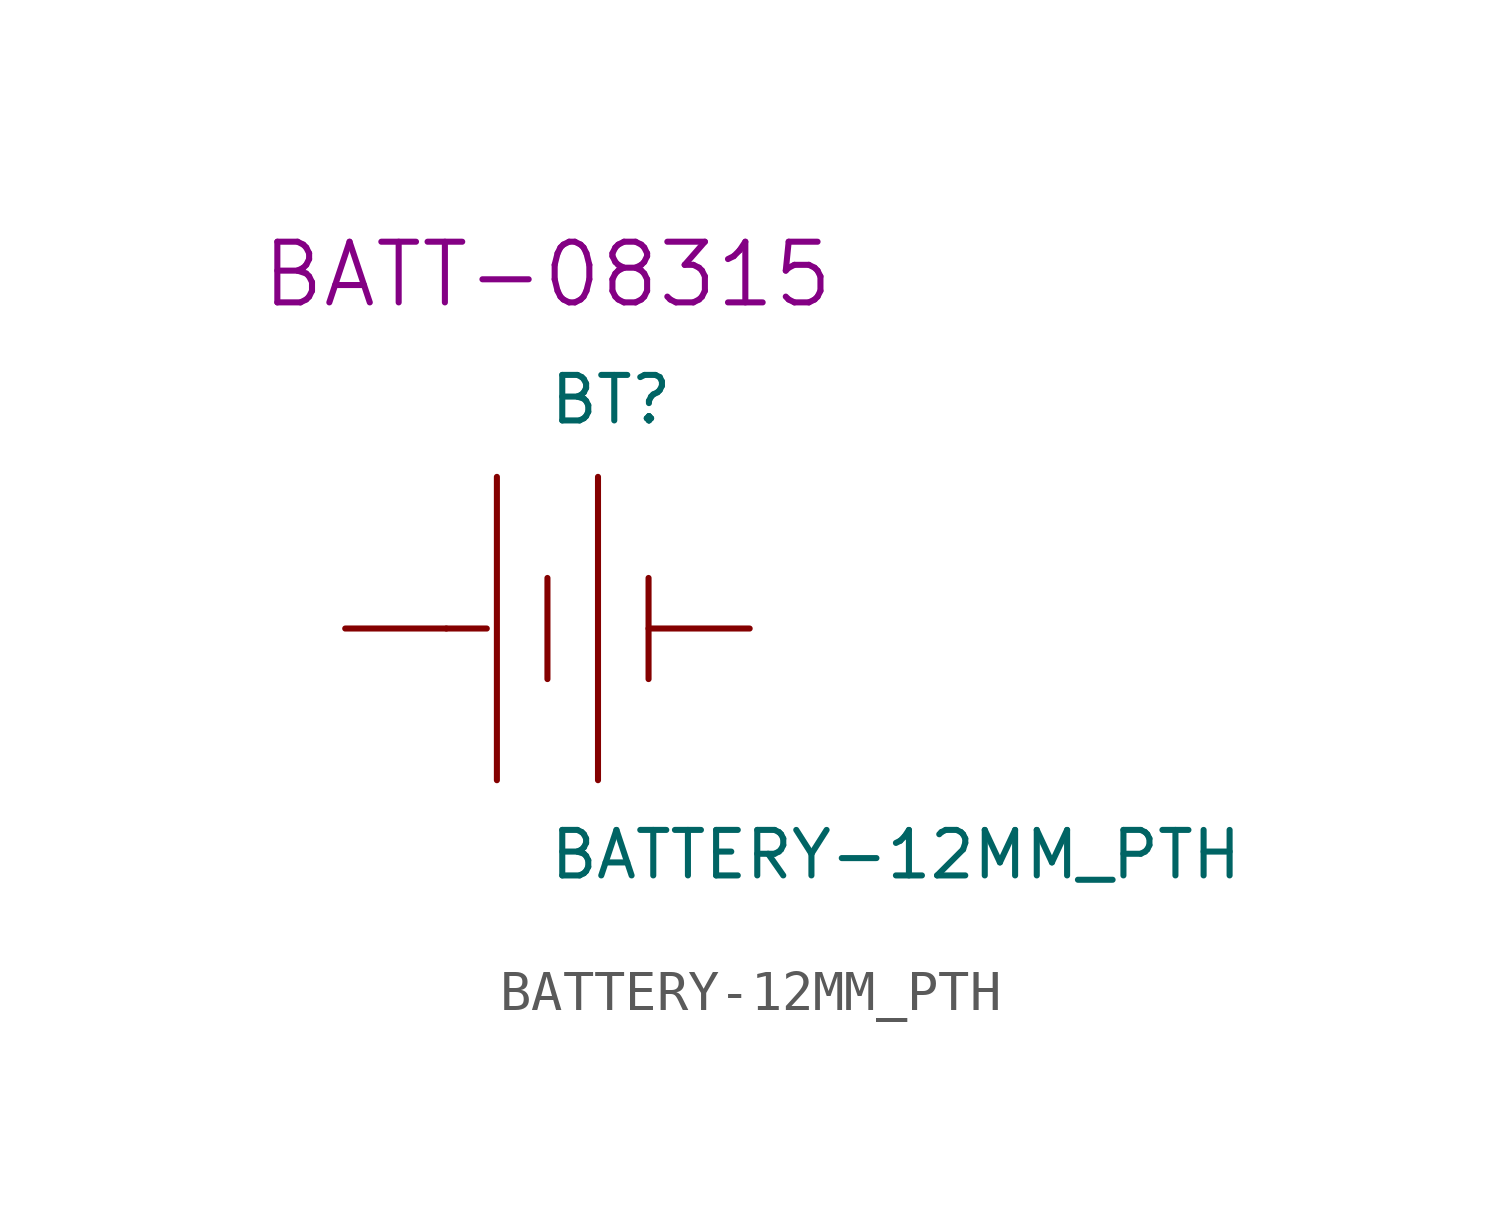
<source format=kicad_sym>
(kicad_symbol_lib
  (version 20220914)
  (generator kicad_symbol_editor)
  (symbol "BATTERY-12MM_PTH"
    (pin_numbers hide)
    (pin_names
      (offset 1.016) hide)
    (property "Reference" "BT"
      (at 0 5.08 0)
      (effects (font (size 1.143 1.143)) (justify left bottom)))
    (property "Value" "BATTERY-12MM_PTH"
      (at 0 -6.35 0)
      (effects (font (size 1.143 1.143)) (justify left bottom)))
    (property "Field4" "BATT-08315"
      (at 0 8.89 0)
      (effects (font (size 1.524 1.524))))
    (property "ki_locked" ""
      (at 0 0 0)
      (effects (font (size 1.27 1.27))))
    (symbol "BATTERY-12MM_PTH_1_0"
      (polyline (pts (xy -2.54 0) (xy -1.524 0)) (stroke (width 0) (type solid)) (fill (type none)))
      (polyline (pts (xy -1.27 3.81) (xy -1.27 -3.81)) (stroke (width 0) (type solid)) (fill (type none)))
      (polyline (pts (xy 0 1.27) (xy 0 -1.27)) (stroke (width 0) (type solid)) (fill (type none)))
      (polyline (pts (xy 1.27 3.81) (xy 1.27 -3.81)) (stroke (width 0) (type solid)) (fill (type none)))
      (polyline (pts (xy 2.54 1.27) (xy 2.54 -1.27)) (stroke (width 0) (type solid)) (fill (type none))))
    (symbol "BATTERY-12MM_PTH_1_1"
      (pin power_in line (at 5.08 0 180) (length 2.54) (name "-" (effects (font (size 1.016 1.016)))) (number "GND" (effects (font (size 1.016 1.016)))))
      (pin power_in line (at -5.08 0 0) (length 2.54) (name "+" (effects (font (size 1.016 1.016)))) (number "VCC@" (effects (font (size 1.016 1.016))))))))
</source>
